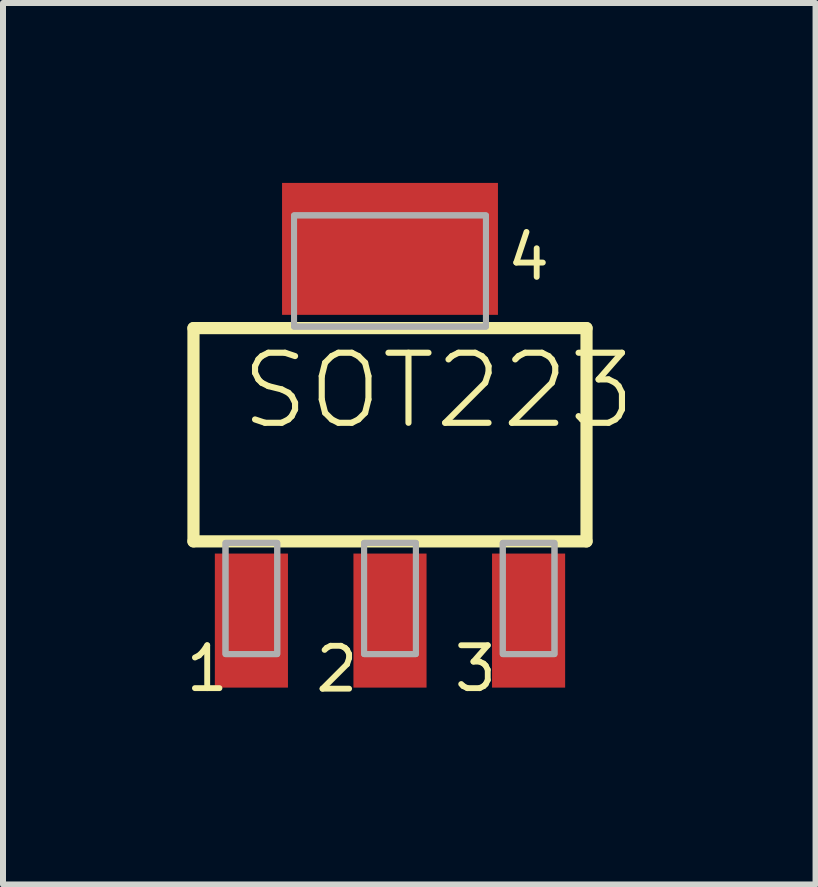
<source format=kicad_pcb>
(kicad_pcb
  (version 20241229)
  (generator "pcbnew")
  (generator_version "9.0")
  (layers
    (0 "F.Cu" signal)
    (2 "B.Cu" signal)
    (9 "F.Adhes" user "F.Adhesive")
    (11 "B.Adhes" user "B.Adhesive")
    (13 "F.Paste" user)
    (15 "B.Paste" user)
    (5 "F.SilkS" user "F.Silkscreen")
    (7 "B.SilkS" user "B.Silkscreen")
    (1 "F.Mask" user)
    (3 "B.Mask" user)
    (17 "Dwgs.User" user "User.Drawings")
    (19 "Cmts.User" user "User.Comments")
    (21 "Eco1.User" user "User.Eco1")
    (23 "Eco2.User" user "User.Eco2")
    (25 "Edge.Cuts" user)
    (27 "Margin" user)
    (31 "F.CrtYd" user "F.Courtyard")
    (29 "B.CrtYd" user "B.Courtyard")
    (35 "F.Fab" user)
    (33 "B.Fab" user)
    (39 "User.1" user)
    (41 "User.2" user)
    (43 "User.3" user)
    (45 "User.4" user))
  (footprint "SOT223"
    (layer "F.Cu")
    (at 3.453 4.199)
    (property "Reference" "SOT223" (at -2.54 -0.051 0) (unlocked yes) (layer "F.SilkS") (effects (font (size 1.168 1.168) (thickness 0.102)) (justify left bottom)))
    (fp_line (start -3.277 -1.778) (end 3.277 -1.778) (stroke (width 0.203) (type solid)) (layer "F.SilkS"))
    (fp_line (start -3.277 1.778) (end -3.277 -1.778) (stroke (width 0.203) (type solid)) (layer "F.SilkS"))
    (fp_line (start 3.277 -1.778) (end 3.277 1.778) (stroke (width 0.203) (type solid)) (layer "F.SilkS"))
    (fp_line (start 3.277 1.778) (end -3.277 1.778) (stroke (width 0.203) (type solid)) (layer "F.SilkS"))
    (fp_poly (pts (xy -2.743 3.658) (xy -1.88 3.658) (xy -1.88 1.803) (xy -2.743 1.803)) (stroke (width 0.1) (type default)) (fill no) (layer "F.Fab"))
    (fp_poly (pts (xy -2.743 3.658) (xy -1.88 3.658) (xy -1.88 1.803) (xy -2.743 1.803)) (stroke (width 0.1) (type default)) (fill no) (layer "F.Fab"))
    (fp_poly (pts (xy -1.6 -1.803) (xy 1.6 -1.803) (xy 1.6 -3.658) (xy -1.6 -3.658)) (stroke (width 0.1) (type default)) (fill no) (layer "F.Fab"))
    (fp_poly (pts (xy -1.6 -1.803) (xy 1.6 -1.803) (xy 1.6 -3.658) (xy -1.6 -3.658)) (stroke (width 0.1) (type default)) (fill no) (layer "F.Fab"))
    (fp_poly (pts (xy -0.432 3.658) (xy 0.432 3.658) (xy 0.432 1.803) (xy -0.432 1.803)) (stroke (width 0.1) (type default)) (fill no) (layer "F.Fab"))
    (fp_poly (pts (xy -0.432 3.658) (xy 0.432 3.658) (xy 0.432 1.803) (xy -0.432 1.803)) (stroke (width 0.1) (type default)) (fill no) (layer "F.Fab"))
    (fp_poly (pts (xy 1.88 3.658) (xy 2.743 3.658) (xy 2.743 1.803) (xy 1.88 1.803)) (stroke (width 0.1) (type default)) (fill no) (layer "F.Fab"))
    (fp_poly (pts (xy 1.88 3.658) (xy 2.743 3.658) (xy 2.743 1.803) (xy 1.88 1.803)) (stroke (width 0.1) (type default)) (fill no) (layer "F.Fab"))
    (fp_text user "1" (at -3.453 4.318 0) (unlocked yes) (layer "F.SilkS") (effects (font (size 0.715 0.715) (thickness 0.098)) (justify left bottom)))
    (fp_text user "2" (at -1.291 4.327 0) (unlocked yes) (layer "F.SilkS") (effects (font (size 0.715 0.715) (thickness 0.098)) (justify left bottom)))
    (fp_text user "3" (at 1.021 4.318 0) (unlocked yes) (layer "F.SilkS") (effects (font (size 0.715 0.715) (thickness 0.098)) (justify left bottom)))
    (fp_text user "4" (at 1.905 -2.54 0) (unlocked yes) (layer "F.SilkS") (effects (font (size 0.715 0.715) (thickness 0.098)) (justify left bottom)))
    (pad "1" smd rect (at -2.311 3.099) (size 1.219 2.235) (layers "F.Cu" "F.Mask" "F.Paste"))
    (pad "2" smd rect (at 0 3.099) (size 1.219 2.235) (layers "F.Cu" "F.Mask" "F.Paste"))
    (pad "3" smd rect (at 2.311 3.099) (size 1.219 2.235) (layers "F.Cu" "F.Mask" "F.Paste"))
    (pad "4" smd rect (at 0 -3.099) (size 3.6 2.2) (layers "F.Cu" "F.Mask" "F.Paste")))
  (gr_rect
    (start -3 -3)
    (end 10.549 11.698)
    (stroke (width 0.1) (type default))
    (fill no)
    (layer "Edge.Cuts")))
</source>
